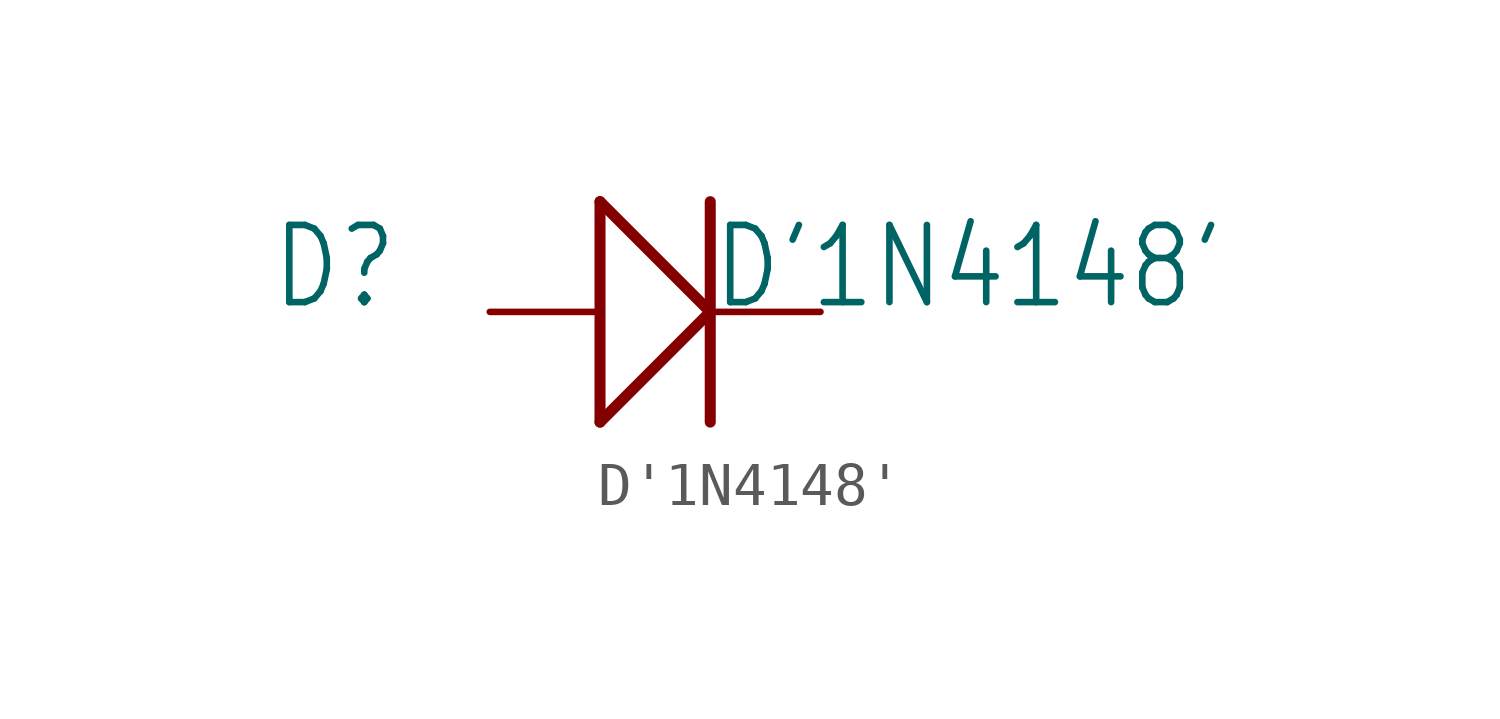
<source format=kicad_sym>
(kicad_symbol_lib
  (version 20211014)
  (generator kicad_symbol_editor)
  (symbol "D'1N4148'"
    (property "Reference" "D"
      (at -8.89 0 0)
      (effects (font (size 1.778 1.511)) (justify left bottom)))
    (property "Value" "D'1N4148'"
      (at 1.27 0 0)
      (effects (font (size 1.778 1.511)) (justify left bottom)))
    (property "ki_locked" ""
      (at 0 0 0)
      (effects (font (size 1.27 1.27))))
    (symbol "D'1N4148'_1_0"
      (polyline (pts (xy -1.27 -2.54) (xy -1.27 2.54)) (stroke (width 0.254) (type default) (color 0 0 0 0)) (fill (type none)))
      (polyline (pts (xy -1.27 -2.54) (xy 1.27 0)) (stroke (width 0.254) (type default) (color 0 0 0 0)) (fill (type none)))
      (polyline (pts (xy -1.27 2.54) (xy 1.27 0)) (stroke (width 0.254) (type default) (color 0 0 0 0)) (fill (type none)))
      (polyline (pts (xy 1.27 2.54) (xy 1.27 -2.54)) (stroke (width 0.254) (type default) (color 0 0 0 0)) (fill (type none)))
      (pin passive line (at -3.81 0 0) (length 2.54) (name "+" (effects (font (size 0 0)))) (number "A" (effects (font (size 0 0)))))
      (pin passive line (at 3.81 0 180) (length 2.54) (name "-" (effects (font (size 0 0)))) (number "C" (effects (font (size 0 0))))))))
</source>
